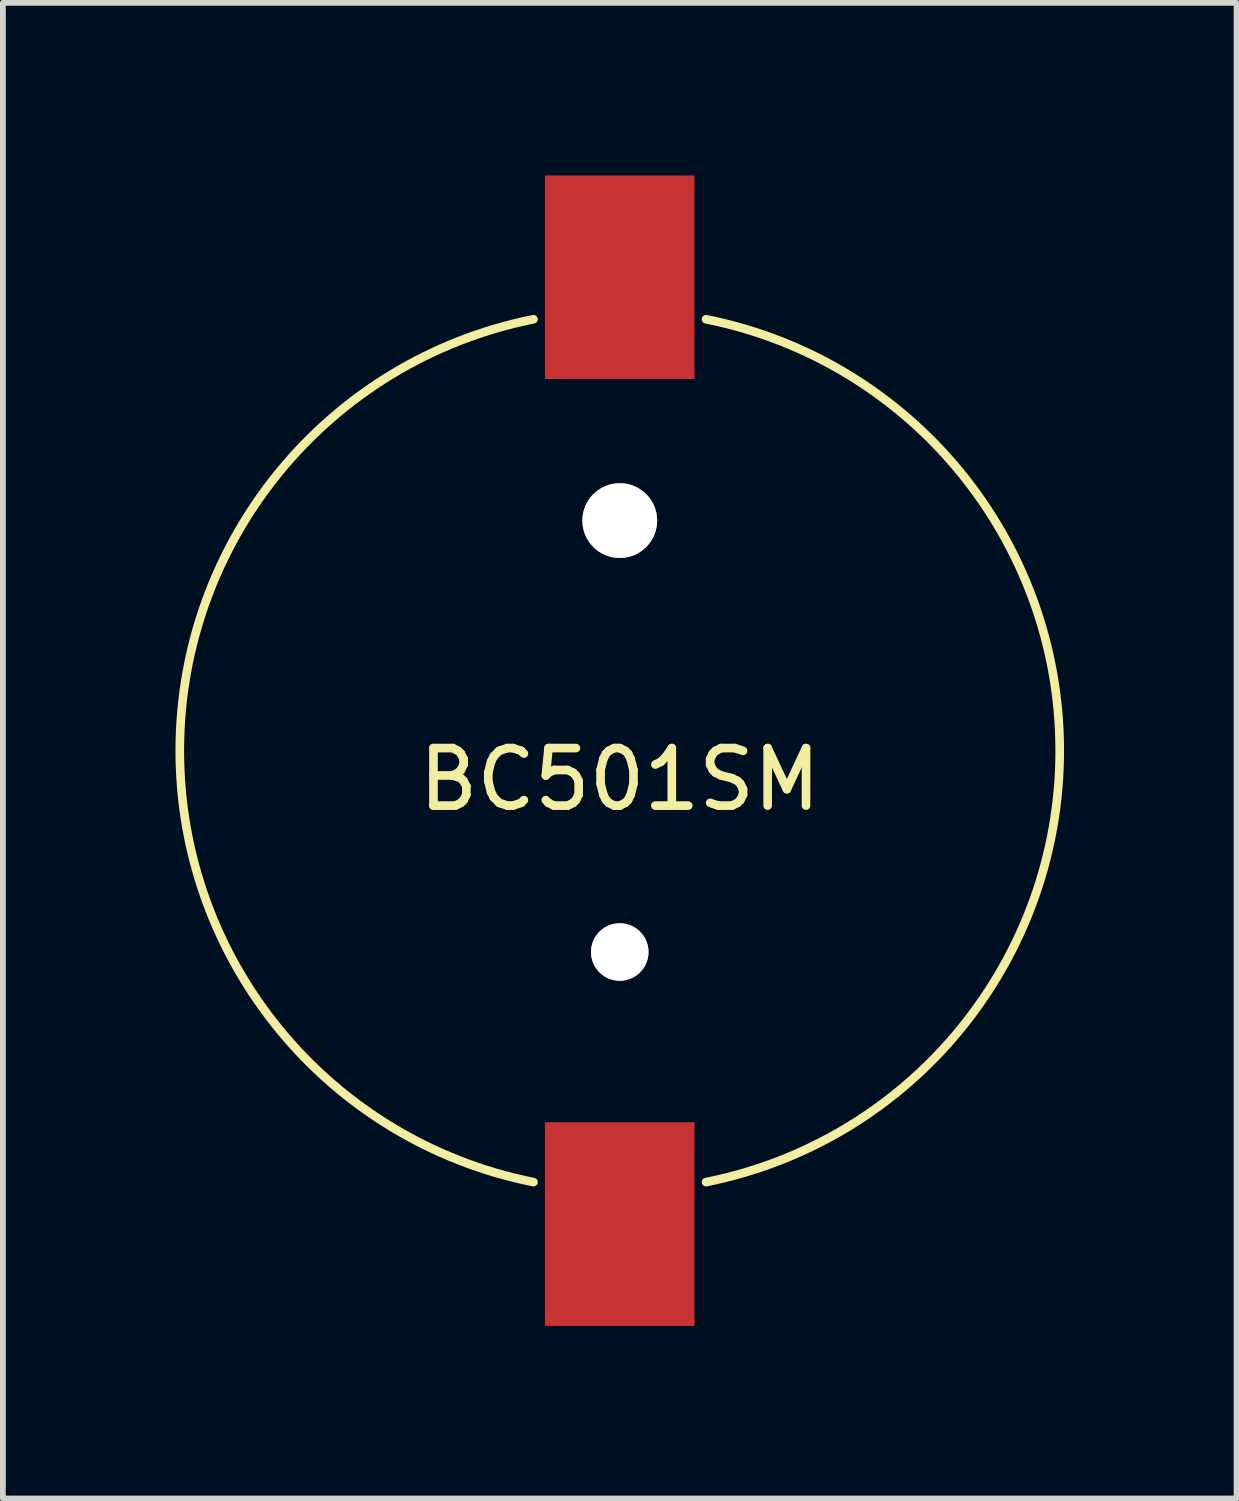
<source format=kicad_pcb>
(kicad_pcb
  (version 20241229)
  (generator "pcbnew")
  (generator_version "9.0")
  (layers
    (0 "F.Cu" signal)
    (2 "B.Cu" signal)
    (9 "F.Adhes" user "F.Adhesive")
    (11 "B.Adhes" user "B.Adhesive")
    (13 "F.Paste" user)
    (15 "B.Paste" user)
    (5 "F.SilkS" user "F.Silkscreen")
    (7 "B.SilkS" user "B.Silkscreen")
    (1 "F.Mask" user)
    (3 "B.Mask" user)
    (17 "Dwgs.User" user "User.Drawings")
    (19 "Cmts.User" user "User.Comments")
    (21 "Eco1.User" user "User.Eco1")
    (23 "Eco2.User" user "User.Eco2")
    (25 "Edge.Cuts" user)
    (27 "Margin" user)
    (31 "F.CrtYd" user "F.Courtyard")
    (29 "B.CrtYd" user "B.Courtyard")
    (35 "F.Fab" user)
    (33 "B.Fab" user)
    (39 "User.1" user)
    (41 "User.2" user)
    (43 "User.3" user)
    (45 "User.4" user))
  (footprint "BC501SM"
    (layer "F.Cu")
    (at 7.724 10)
    (property "Reference" "BC501SM" (at 0 0.5 0) (layer "F.SilkS") (effects (font (size 1 1) (thickness 0.15))))
    (attr through_hole)
    (fp_arc (start -1.5 7.5) (mid -7.648529 0) (end -1.5 -7.5) (stroke (width 0.15) (type solid)) (layer "F.SilkS"))
    (fp_arc (start 1.5 -7.5) (mid 7.648529 0) (end 1.5 7.5) (stroke (width 0.15) (type solid)) (layer "F.SilkS"))
    (pad "" thru_hole circle (at 0 -4) (size 1.3 1.3) (drill 1.3) (layers "*.Cu"))
    (pad "" thru_hole circle (at 0 3.5) (size 1 1) (drill 1) (layers "*.Cu"))
    (pad "1" smd rect (at 0 -8.23) (size 2.6 3.54) (layers "F.Cu" "F.Mask" "F.Paste"))
    (pad "2" smd rect (at 0 8.23) (size 2.6 3.54) (layers "F.Cu" "F.Mask" "F.Paste")))
  (gr_rect
    (start -3 -3)
    (end 18.447 23)
    (stroke (width 0.1) (type default))
    (fill no)
    (layer "Edge.Cuts")))
</source>
